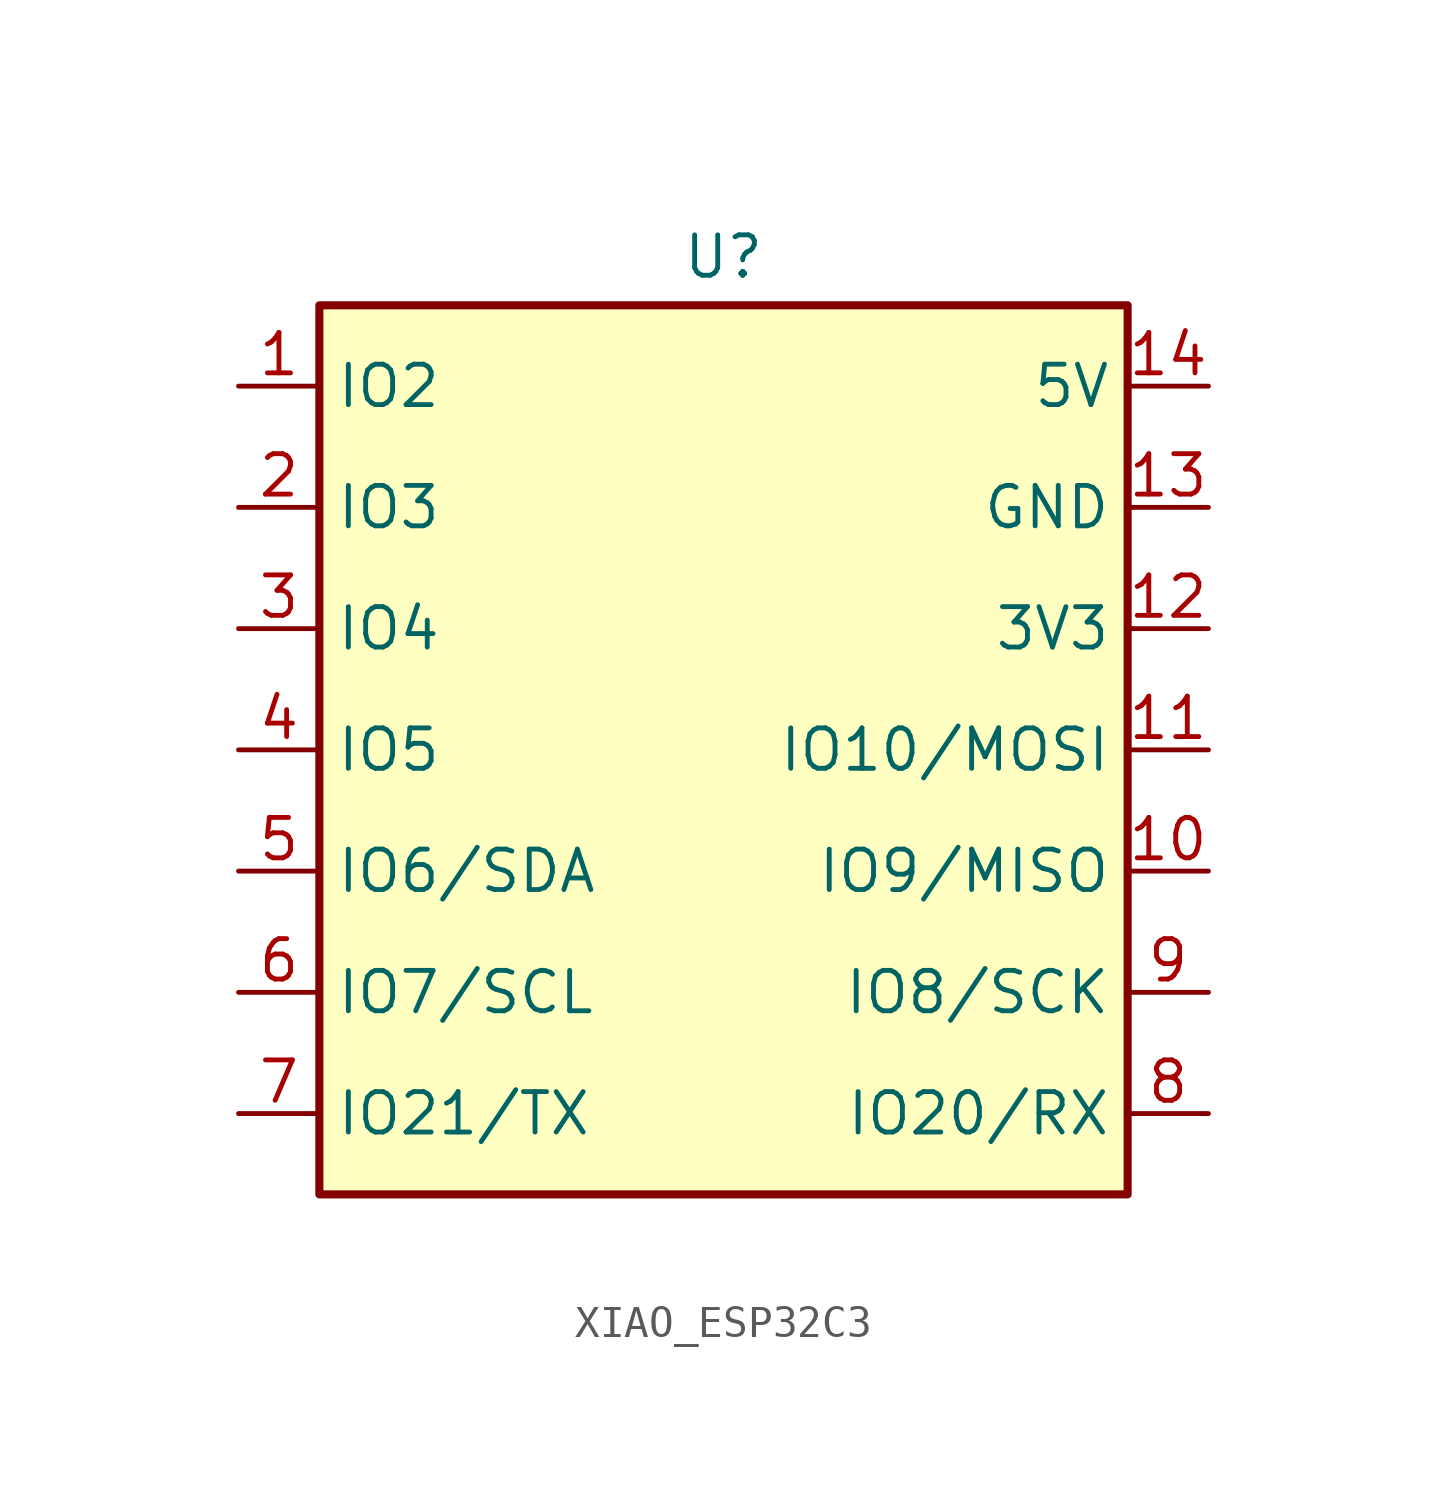
<source format=kicad_sym>
(kicad_symbol_lib
  (version 20231120)
  (generator "kicad_symbol_editor")
  (generator_version "8.0")
  (symbol "XIAO_ESP32C3"
    (property "Reference" "U"
      (at 0 15.494 0)
      (effects (font (size 1.27 1.27))))
    (property "Value" ""
      (at -6.35 5.08 0)
      (effects (font (size 1.27 1.27))))
    (symbol "XIAO_ESP32C3_1_1"
      (rectangle (start -12.7 13.97) (end 12.7 -13.97) (stroke (width 0.254) (type default)) (fill (type background)))
      (pin passive line (at -15.24 11.43 0) (length 2.54) (name "IO2" (effects (font (size 1.27 1.27)))) (number "1" (effects (font (size 1.27 1.27)))))
      (pin passive line (at 15.24 -3.81 180) (length 2.54) (name "IO9/MISO" (effects (font (size 1.27 1.27)))) (number "10" (effects (font (size 1.27 1.27)))))
      (pin passive line (at 15.24 0 180) (length 2.54) (name "IO10/MOSI" (effects (font (size 1.27 1.27)))) (number "11" (effects (font (size 1.27 1.27)))))
      (pin power_in line (at 15.24 3.81 180) (length 2.54) (name "3V3" (effects (font (size 1.27 1.27)))) (number "12" (effects (font (size 1.27 1.27)))))
      (pin power_in line (at 15.24 7.62 180) (length 2.54) (name "GND" (effects (font (size 1.27 1.27)))) (number "13" (effects (font (size 1.27 1.27)))))
      (pin power_in line (at 15.24 11.43 180) (length 2.54) (name "5V" (effects (font (size 1.27 1.27)))) (number "14" (effects (font (size 1.27 1.27)))))
      (pin passive line (at -15.24 7.62 0) (length 2.54) (name "IO3" (effects (font (size 1.27 1.27)))) (number "2" (effects (font (size 1.27 1.27)))))
      (pin passive line (at -15.24 3.81 0) (length 2.54) (name "IO4" (effects (font (size 1.27 1.27)))) (number "3" (effects (font (size 1.27 1.27)))))
      (pin passive line (at -15.24 0 0) (length 2.54) (name "IO5" (effects (font (size 1.27 1.27)))) (number "4" (effects (font (size 1.27 1.27)))))
      (pin passive line (at -15.24 -3.81 0) (length 2.54) (name "IO6/SDA" (effects (font (size 1.27 1.27)))) (number "5" (effects (font (size 1.27 1.27)))))
      (pin passive line (at -15.24 -7.62 0) (length 2.54) (name "IO7/SCL" (effects (font (size 1.27 1.27)))) (number "6" (effects (font (size 1.27 1.27)))))
      (pin passive line (at -15.24 -11.43 0) (length 2.54) (name "IO21/TX" (effects (font (size 1.27 1.27)))) (number "7" (effects (font (size 1.27 1.27)))))
      (pin passive line (at 15.24 -11.43 180) (length 2.54) (name "IO20/RX" (effects (font (size 1.27 1.27)))) (number "8" (effects (font (size 1.27 1.27)))))
      (pin passive line (at 15.24 -7.62 180) (length 2.54) (name "IO8/SCK" (effects (font (size 1.27 1.27)))) (number "9" (effects (font (size 1.27 1.27))))))))
</source>
